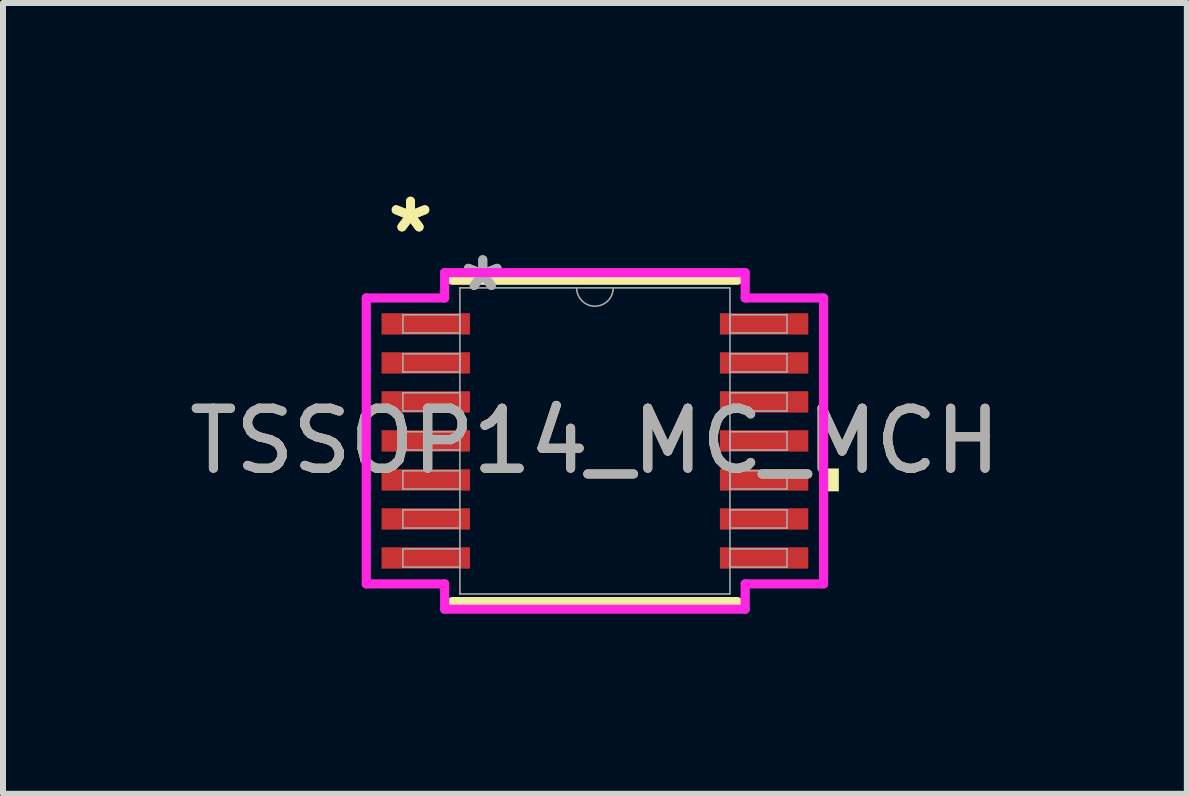
<source format=kicad_pcb>
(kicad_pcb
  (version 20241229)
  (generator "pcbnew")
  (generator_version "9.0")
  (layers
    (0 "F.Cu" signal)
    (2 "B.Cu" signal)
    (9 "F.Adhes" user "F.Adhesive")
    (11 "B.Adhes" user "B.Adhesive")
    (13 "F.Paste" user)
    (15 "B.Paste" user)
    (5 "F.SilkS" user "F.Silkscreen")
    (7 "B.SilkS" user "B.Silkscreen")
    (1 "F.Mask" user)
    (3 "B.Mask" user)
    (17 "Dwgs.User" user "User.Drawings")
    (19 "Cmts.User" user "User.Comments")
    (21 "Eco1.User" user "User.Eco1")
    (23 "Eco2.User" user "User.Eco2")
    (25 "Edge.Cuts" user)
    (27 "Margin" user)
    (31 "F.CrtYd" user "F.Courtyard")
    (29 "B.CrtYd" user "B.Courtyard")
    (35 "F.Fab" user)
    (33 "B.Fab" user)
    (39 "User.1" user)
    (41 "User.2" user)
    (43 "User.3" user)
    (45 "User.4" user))
  (footprint "TSSOP14_MC_MCH"
    (layer "F.Cu")
    (at 6.863 4.297)
    (property "Reference" "TSSOP14_MC_MCH" (at 0 0 0) (unlocked yes) (layer "F.SilkS") (effects (font (size 1 1) (thickness 0.15))))
    (attr smd)
    (fp_line (start -2.377 2.677) (end 2.377 2.677) (stroke (width 0.152) (type solid)) (layer "F.SilkS"))
    (fp_line (start 2.377 -2.677) (end -2.377 -2.677) (stroke (width 0.152) (type solid)) (layer "F.SilkS"))
    (fp_poly (pts (xy 4.064 0.459) (xy 4.064 0.84) (xy 3.81 0.84) (xy 3.81 0.459)) (stroke (width 0) (type solid)) (fill yes) (layer "F.SilkS"))
    (fp_line (start -3.81 -2.382) (end -2.504 -2.382) (stroke (width 0.152) (type solid)) (layer "F.CrtYd"))
    (fp_line (start -3.81 2.382) (end -3.81 -2.382) (stroke (width 0.152) (type solid)) (layer "F.CrtYd"))
    (fp_line (start -3.81 2.382) (end -2.504 2.382) (stroke (width 0.152) (type solid)) (layer "F.CrtYd"))
    (fp_line (start -2.504 -2.804) (end 2.504 -2.804) (stroke (width 0.152) (type solid)) (layer "F.CrtYd"))
    (fp_line (start -2.504 -2.382) (end -2.504 -2.804) (stroke (width 0.152) (type solid)) (layer "F.CrtYd"))
    (fp_line (start -2.504 2.804) (end -2.504 2.382) (stroke (width 0.152) (type solid)) (layer "F.CrtYd"))
    (fp_line (start 2.504 -2.804) (end 2.504 -2.382) (stroke (width 0.152) (type solid)) (layer "F.CrtYd"))
    (fp_line (start 2.504 2.382) (end 2.504 2.804) (stroke (width 0.152) (type solid)) (layer "F.CrtYd"))
    (fp_line (start 2.504 2.804) (end -2.504 2.804) (stroke (width 0.152) (type solid)) (layer "F.CrtYd"))
    (fp_line (start 3.81 -2.382) (end 2.504 -2.382) (stroke (width 0.152) (type solid)) (layer "F.CrtYd"))
    (fp_line (start 3.81 -2.382) (end 3.81 2.382) (stroke (width 0.152) (type solid)) (layer "F.CrtYd"))
    (fp_line (start 3.81 2.382) (end 2.504 2.382) (stroke (width 0.152) (type solid)) (layer "F.CrtYd"))
    (fp_line (start -3.2 -2.102) (end -3.2 -1.798) (stroke (width 0.025) (type solid)) (layer "F.Fab"))
    (fp_line (start -3.2 -1.798) (end -2.25 -1.798) (stroke (width 0.025) (type solid)) (layer "F.Fab"))
    (fp_line (start -3.2 -1.452) (end -3.2 -1.148) (stroke (width 0.025) (type solid)) (layer "F.Fab"))
    (fp_line (start -3.2 -1.148) (end -2.25 -1.148) (stroke (width 0.025) (type solid)) (layer "F.Fab"))
    (fp_line (start -3.2 -0.802) (end -3.2 -0.498) (stroke (width 0.025) (type solid)) (layer "F.Fab"))
    (fp_line (start -3.2 -0.498) (end -2.25 -0.498) (stroke (width 0.025) (type solid)) (layer "F.Fab"))
    (fp_line (start -3.2 -0.152) (end -3.2 0.152) (stroke (width 0.025) (type solid)) (layer "F.Fab"))
    (fp_line (start -3.2 0.152) (end -2.25 0.152) (stroke (width 0.025) (type solid)) (layer "F.Fab"))
    (fp_line (start -3.2 0.498) (end -3.2 0.802) (stroke (width 0.025) (type solid)) (layer "F.Fab"))
    (fp_line (start -3.2 0.802) (end -2.25 0.802) (stroke (width 0.025) (type solid)) (layer "F.Fab"))
    (fp_line (start -3.2 1.148) (end -3.2 1.452) (stroke (width 0.025) (type solid)) (layer "F.Fab"))
    (fp_line (start -3.2 1.452) (end -2.25 1.452) (stroke (width 0.025) (type solid)) (layer "F.Fab"))
    (fp_line (start -3.2 1.798) (end -3.2 2.102) (stroke (width 0.025) (type solid)) (layer "F.Fab"))
    (fp_line (start -3.2 2.102) (end -2.25 2.102) (stroke (width 0.025) (type solid)) (layer "F.Fab"))
    (fp_line (start -2.25 -2.55) (end -2.25 2.55) (stroke (width 0.025) (type solid)) (layer "F.Fab"))
    (fp_line (start -2.25 -2.102) (end -3.2 -2.102) (stroke (width 0.025) (type solid)) (layer "F.Fab"))
    (fp_line (start -2.25 -1.798) (end -2.25 -2.102) (stroke (width 0.025) (type solid)) (layer "F.Fab"))
    (fp_line (start -2.25 -1.452) (end -3.2 -1.452) (stroke (width 0.025) (type solid)) (layer "F.Fab"))
    (fp_line (start -2.25 -1.148) (end -2.25 -1.452) (stroke (width 0.025) (type solid)) (layer "F.Fab"))
    (fp_line (start -2.25 -0.802) (end -3.2 -0.802) (stroke (width 0.025) (type solid)) (layer "F.Fab"))
    (fp_line (start -2.25 -0.498) (end -2.25 -0.802) (stroke (width 0.025) (type solid)) (layer "F.Fab"))
    (fp_line (start -2.25 -0.152) (end -3.2 -0.152) (stroke (width 0.025) (type solid)) (layer "F.Fab"))
    (fp_line (start -2.25 0.152) (end -2.25 -0.152) (stroke (width 0.025) (type solid)) (layer "F.Fab"))
    (fp_line (start -2.25 0.498) (end -3.2 0.498) (stroke (width 0.025) (type solid)) (layer "F.Fab"))
    (fp_line (start -2.25 0.802) (end -2.25 0.498) (stroke (width 0.025) (type solid)) (layer "F.Fab"))
    (fp_line (start -2.25 1.148) (end -3.2 1.148) (stroke (width 0.025) (type solid)) (layer "F.Fab"))
    (fp_line (start -2.25 1.452) (end -2.25 1.148) (stroke (width 0.025) (type solid)) (layer "F.Fab"))
    (fp_line (start -2.25 1.798) (end -3.2 1.798) (stroke (width 0.025) (type solid)) (layer "F.Fab"))
    (fp_line (start -2.25 2.102) (end -2.25 1.798) (stroke (width 0.025) (type solid)) (layer "F.Fab"))
    (fp_line (start -2.25 2.55) (end 2.25 2.55) (stroke (width 0.025) (type solid)) (layer "F.Fab"))
    (fp_line (start 2.25 -2.55) (end -2.25 -2.55) (stroke (width 0.025) (type solid)) (layer "F.Fab"))
    (fp_line (start 2.25 -2.102) (end 2.25 -1.798) (stroke (width 0.025) (type solid)) (layer "F.Fab"))
    (fp_line (start 2.25 -1.798) (end 3.2 -1.798) (stroke (width 0.025) (type solid)) (layer "F.Fab"))
    (fp_line (start 2.25 -1.452) (end 2.25 -1.148) (stroke (width 0.025) (type solid)) (layer "F.Fab"))
    (fp_line (start 2.25 -1.148) (end 3.2 -1.148) (stroke (width 0.025) (type solid)) (layer "F.Fab"))
    (fp_line (start 2.25 -0.802) (end 2.25 -0.498) (stroke (width 0.025) (type solid)) (layer "F.Fab"))
    (fp_line (start 2.25 -0.498) (end 3.2 -0.498) (stroke (width 0.025) (type solid)) (layer "F.Fab"))
    (fp_line (start 2.25 -0.152) (end 2.25 0.152) (stroke (width 0.025) (type solid)) (layer "F.Fab"))
    (fp_line (start 2.25 0.152) (end 3.2 0.152) (stroke (width 0.025) (type solid)) (layer "F.Fab"))
    (fp_line (start 2.25 0.498) (end 2.25 0.802) (stroke (width 0.025) (type solid)) (layer "F.Fab"))
    (fp_line (start 2.25 0.802) (end 3.2 0.802) (stroke (width 0.025) (type solid)) (layer "F.Fab"))
    (fp_line (start 2.25 1.148) (end 2.25 1.452) (stroke (width 0.025) (type solid)) (layer "F.Fab"))
    (fp_line (start 2.25 1.452) (end 3.2 1.452) (stroke (width 0.025) (type solid)) (layer "F.Fab"))
    (fp_line (start 2.25 1.798) (end 2.25 2.102) (stroke (width 0.025) (type solid)) (layer "F.Fab"))
    (fp_line (start 2.25 2.102) (end 3.2 2.102) (stroke (width 0.025) (type solid)) (layer "F.Fab"))
    (fp_line (start 2.25 2.55) (end 2.25 -2.55) (stroke (width 0.025) (type solid)) (layer "F.Fab"))
    (fp_line (start 3.2 -2.102) (end 2.25 -2.102) (stroke (width 0.025) (type solid)) (layer "F.Fab"))
    (fp_line (start 3.2 -1.798) (end 3.2 -2.102) (stroke (width 0.025) (type solid)) (layer "F.Fab"))
    (fp_line (start 3.2 -1.452) (end 2.25 -1.452) (stroke (width 0.025) (type solid)) (layer "F.Fab"))
    (fp_line (start 3.2 -1.148) (end 3.2 -1.452) (stroke (width 0.025) (type solid)) (layer "F.Fab"))
    (fp_line (start 3.2 -0.802) (end 2.25 -0.802) (stroke (width 0.025) (type solid)) (layer "F.Fab"))
    (fp_line (start 3.2 -0.498) (end 3.2 -0.802) (stroke (width 0.025) (type solid)) (layer "F.Fab"))
    (fp_line (start 3.2 -0.152) (end 2.25 -0.152) (stroke (width 0.025) (type solid)) (layer "F.Fab"))
    (fp_line (start 3.2 0.152) (end 3.2 -0.152) (stroke (width 0.025) (type solid)) (layer "F.Fab"))
    (fp_line (start 3.2 0.498) (end 2.25 0.498) (stroke (width 0.025) (type solid)) (layer "F.Fab"))
    (fp_line (start 3.2 0.802) (end 3.2 0.498) (stroke (width 0.025) (type solid)) (layer "F.Fab"))
    (fp_line (start 3.2 1.148) (end 2.25 1.148) (stroke (width 0.025) (type solid)) (layer "F.Fab"))
    (fp_line (start 3.2 1.452) (end 3.2 1.148) (stroke (width 0.025) (type solid)) (layer "F.Fab"))
    (fp_line (start 3.2 1.798) (end 2.25 1.798) (stroke (width 0.025) (type solid)) (layer "F.Fab"))
    (fp_line (start 3.2 2.102) (end 3.2 1.798) (stroke (width 0.025) (type solid)) (layer "F.Fab"))
    (fp_arc (start 0.3048 -2.55) (mid 0 -2.2452) (end -0.3048 -2.55) (stroke (width 0.0254) (type solid)) (layer "F.Fab"))
    (fp_text user "*" (at -3.073 -3.449 0) (layer "F.SilkS") (effects (font (size 1 1) (thickness 0.15))))
    (fp_text user "*" (at -3.073 -3.449 0) (unlocked yes) (layer "F.SilkS") (effects (font (size 1 1) (thickness 0.15))))
    (fp_text user "*" (at -1.869 -2.474 0) (layer "F.Fab") (effects (font (size 1 1) (thickness 0.15))))
    (fp_text user "*" (at -1.869 -2.474 0) (unlocked yes) (layer "F.Fab") (effects (font (size 1 1) (thickness 0.15))))
    (fp_text user "${REFERENCE}" (at 0 0 0) (unlocked yes) (layer "F.Fab") (effects (font (size 1 1) (thickness 0.15))))
    (pad "1" smd rect (at -2.819 -1.95) (size 1.473 0.356) (layers "F.Cu" "F.Mask" "F.Paste"))
    (pad "2" smd rect (at -2.819 -1.3) (size 1.473 0.356) (layers "F.Cu" "F.Mask" "F.Paste"))
    (pad "3" smd rect (at -2.819 -0.65) (size 1.473 0.356) (layers "F.Cu" "F.Mask" "F.Paste"))
    (pad "4" smd rect (at -2.819 0) (size 1.473 0.356) (layers "F.Cu" "F.Mask" "F.Paste"))
    (pad "5" smd rect (at -2.819 0.65) (size 1.473 0.356) (layers "F.Cu" "F.Mask" "F.Paste"))
    (pad "6" smd rect (at -2.819 1.3) (size 1.473 0.356) (layers "F.Cu" "F.Mask" "F.Paste"))
    (pad "7" smd rect (at -2.819 1.95) (size 1.473 0.356) (layers "F.Cu" "F.Mask" "F.Paste"))
    (pad "8" smd rect (at 2.819 1.95) (size 1.473 0.356) (layers "F.Cu" "F.Mask" "F.Paste"))
    (pad "9" smd rect (at 2.819 1.3) (size 1.473 0.356) (layers "F.Cu" "F.Mask" "F.Paste"))
    (pad "10" smd rect (at 2.819 0.65) (size 1.473 0.356) (layers "F.Cu" "F.Mask" "F.Paste"))
    (pad "11" smd rect (at 2.819 0) (size 1.473 0.356) (layers "F.Cu" "F.Mask" "F.Paste"))
    (pad "12" smd rect (at 2.819 -0.65) (size 1.473 0.356) (layers "F.Cu" "F.Mask" "F.Paste"))
    (pad "13" smd rect (at 2.819 -1.3) (size 1.473 0.356) (layers "F.Cu" "F.Mask" "F.Paste"))
    (pad "14" smd rect (at 2.819 -1.95) (size 1.473 0.356) (layers "F.Cu" "F.Mask" "F.Paste")))
  (gr_rect
    (start -3 -3)
    (end 16.726 10.177)
    (stroke (width 0.1) (type default))
    (fill no)
    (layer "Edge.Cuts")))
</source>
